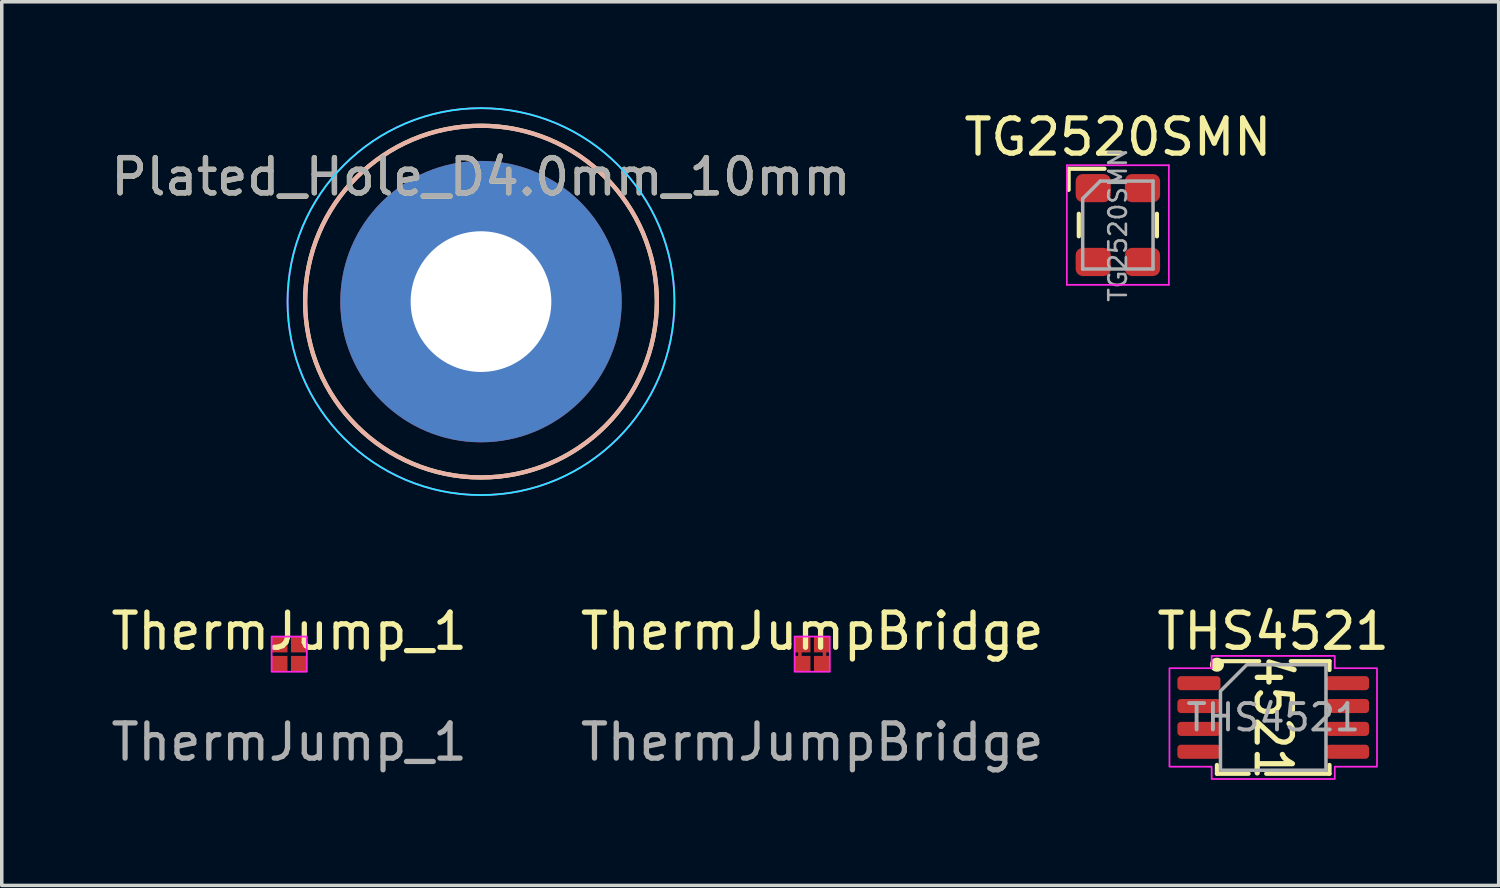
<source format=kicad_pcb>
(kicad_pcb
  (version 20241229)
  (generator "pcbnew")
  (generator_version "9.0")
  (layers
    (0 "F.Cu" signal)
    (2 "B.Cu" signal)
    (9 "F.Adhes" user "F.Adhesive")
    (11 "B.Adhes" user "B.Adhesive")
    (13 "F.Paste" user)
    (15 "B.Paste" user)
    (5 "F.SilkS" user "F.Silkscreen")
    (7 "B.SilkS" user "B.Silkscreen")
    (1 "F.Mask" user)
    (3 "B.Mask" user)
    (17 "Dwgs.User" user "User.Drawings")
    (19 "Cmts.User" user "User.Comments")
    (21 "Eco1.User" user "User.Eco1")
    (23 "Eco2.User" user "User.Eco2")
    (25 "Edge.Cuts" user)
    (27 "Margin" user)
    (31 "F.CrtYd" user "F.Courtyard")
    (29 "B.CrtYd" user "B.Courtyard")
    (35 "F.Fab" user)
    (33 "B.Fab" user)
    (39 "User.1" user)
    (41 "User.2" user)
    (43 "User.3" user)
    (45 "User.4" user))
  (footprint "TG2520SMN"
    (layer "F.Cu")
    (at 28.732 3.348)
    (property "Reference" "TG2520SMN" (at 0 -2.5 0) (layer "F.SilkS") (effects (font (size 1 1) (thickness 0.15))))
    (attr smd)
    (fp_line (start -1.4 -1.6) (end -1.4 -1) (stroke (width 0.12) (type default)) (layer "F.SilkS"))
    (fp_line (start -1.11 0.32) (end -1.11 -0.32) (stroke (width 0.12) (type solid)) (layer "F.SilkS"))
    (fp_line (start -0.38 -1.6) (end -1.4 -1.6) (stroke (width 0.12) (type solid)) (layer "F.SilkS"))
    (fp_line (start 1.11 0.32) (end 1.11 -0.32) (stroke (width 0.12) (type solid)) (layer "F.SilkS"))
    (fp_line (start -1.45 -1.7) (end -1.45 1.7) (stroke (width 0.05) (type solid)) (layer "F.CrtYd"))
    (fp_line (start -1.45 -1.7) (end 1.45 -1.7) (stroke (width 0.05) (type solid)) (layer "F.CrtYd"))
    (fp_line (start -1.45 1.7) (end 1.45 1.7) (stroke (width 0.05) (type solid)) (layer "F.CrtYd"))
    (fp_line (start 1.45 -1.7) (end 1.45 1.7) (stroke (width 0.05) (type solid)) (layer "F.CrtYd"))
    (fp_line (start -1 -0.75) (end -1 1.25) (stroke (width 0.1) (type solid)) (layer "F.Fab"))
    (fp_line (start -1 -0.75) (end -0.5 -1.25) (stroke (width 0.1) (type solid)) (layer "F.Fab"))
    (fp_line (start -1 1.25) (end 1 1.25) (stroke (width 0.1) (type solid)) (layer "F.Fab"))
    (fp_line (start -0.5 -1.25) (end 1 -1.25) (stroke (width 0.1) (type solid)) (layer "F.Fab"))
    (fp_line (start 1 -1.25) (end 1 1.25) (stroke (width 0.1) (type solid)) (layer "F.Fab"))
    (fp_text user "${REFERENCE}" (at 0 0 90) (layer "F.Fab") (effects (font (size 0.5 0.5) (thickness 0.075))))
    (pad "1" smd roundrect (at -0.7 -1.05) (size 1 0.8) (layers "F.Cu" "F.Mask" "F.Paste") (roundrect_rratio 0.25))
    (pad "2" smd roundrect (at -0.7 1.05) (size 1 0.8) (layers "F.Cu" "F.Mask" "F.Paste") (roundrect_rratio 0.25))
    (pad "3" smd roundrect (at 0.7 1.05) (size 1 0.8) (layers "F.Cu" "F.Mask" "F.Paste") (roundrect_rratio 0.25))
    (pad "4" smd roundrect (at 0.7 -1.05) (size 1 0.8) (layers "F.Cu" "F.Mask" "F.Paste") (roundrect_rratio 0.25)))
  (footprint "ThermJump_1"
    (layer "F.Cu")
    (at 5.173 15.548)
    (property "Reference" "ThermJump_1" (at 0 -0.65 0) (unlocked yes) (layer "F.SilkS") (effects (font (size 1 1) (thickness 0.15))))
    (attr smd)
    (fp_rect (start -0.5 -0.5) (end 0.5 0.5) (stroke (width 0) (type default)) (fill yes) (layer "F.Mask"))
    (fp_rect (start -0.5 -0.5) (end 0.5 0.5) (stroke (width 0.05) (type default)) (fill no) (layer "F.CrtYd"))
    (fp_text user "${REFERENCE}" (at 0 2.5 0) (unlocked yes) (layer "F.Fab") (effects (font (size 1 1) (thickness 0.15))))
    (pad "1" smd rect (at -0.275 -0.275) (size 0.45 0.45) (layers "F.Cu" "F.Mask" "F.Paste"))
    (pad "1" smd rect (at 0.275 0.275) (size 0.45 0.45) (layers "F.Cu" "F.Mask" "F.Paste"))
    (pad "2" smd rect (at -0.275 0.275) (size 0.45 0.45) (layers "F.Cu" "F.Mask" "F.Paste"))
    (pad "2" smd rect (at 0.275 -0.275) (size 0.45 0.45) (layers "F.Cu" "F.Mask" "F.Paste")))
  (footprint "ThermJumpBridge"
    (layer "F.Cu")
    (at 20.042 15.548)
    (property "Reference" "ThermJumpBridge" (at 0 -0.65 0) (unlocked yes) (layer "F.SilkS") (effects (font (size 1 1) (thickness 0.15))))
    (attr smd exclude_from_pos_files exclude_from_bom)
    (fp_line (start -0.35 0.1) (end -0.35 -0.1) (stroke (width 0.1) (type default)) (layer "F.Cu"))
    (fp_line (start 0.35 0.1) (end 0.35 -0.1) (stroke (width 0.1) (type default)) (layer "F.Cu"))
    (fp_rect (start -0.5 -0.5) (end 0.5 0.5) (stroke (width 0) (type default)) (fill yes) (layer "F.Mask"))
    (fp_rect (start -0.5 -0.5) (end 0.5 0.5) (stroke (width 0.05) (type default)) (fill no) (layer "F.CrtYd"))
    (fp_text user "${REFERENCE}" (at 0 2.5 0) (unlocked yes) (layer "F.Fab") (effects (font (size 1 1) (thickness 0.15))))
    (pad "1" smd rect (at -0.275 -0.275) (size 0.45 0.45) (layers "F.Cu" "F.Mask" "F.Paste"))
    (pad "1" smd rect (at 0.275 0.275) (size 0.45 0.45) (layers "F.Cu" "F.Mask" "F.Paste"))
    (pad "2" smd rect (at -0.275 0.275) (size 0.45 0.45) (layers "F.Cu" "F.Mask" "F.Paste"))
    (pad "2" smd rect (at 0.275 -0.275) (size 0.45 0.45) (layers "F.Cu" "F.Mask" "F.Paste")))
  (footprint "Plated_Hole_D4.0mm_10mm"
    (layer "F.Cu")
    (at 10.625 5.525)
    (property "Reference" "Plated_Hole_D4.0mm_10mm" (at 0 -3.548 0) (layer "F.SilkS") (effects (font (size 1 1) (thickness 0.15))))
    (attr exclude_from_pos_files exclude_from_bom)
    (fp_circle (center 0 0) (end 5 0) (stroke (width 0.12) (type solid)) (fill no) (layer "F.SilkS"))
    (fp_circle (center 0 0) (end 5 0) (stroke (width 0.12) (type solid)) (fill no) (layer "B.SilkS"))
    (fp_circle (center 0 0) (end 5.5 0) (stroke (width 0.05) (type solid)) (fill no) (layer "B.CrtYd"))
    (fp_circle (center 0 0) (end 5.5 0) (stroke (width 0.05) (type solid)) (fill no) (layer "F.CrtYd"))
    (fp_text user "${REFERENCE}" (at 0 -3.55 0) (layer "F.Fab") (effects (font (size 1 1) (thickness 0.15))))
    (pad "1" thru_hole circle (at 0 0) (size 8 8) (drill 4) (layers "*.Cu" "*.Mask")))
  (footprint "THS4521"
    (layer "F.Cu")
    (at 33.149 17.348)
    (property "Reference" "THS4521" (at 0 -2.45 0) (layer "F.SilkS") (effects (font (size 1 1) (thickness 0.15))))
    (attr smd)
    (fp_line (start -1.6 -1.6) (end -0.4 -1.6) (stroke (width 0.12) (type solid)) (layer "F.SilkS"))
    (fp_line (start -1.6 1.6) (end -1.6 1.35) (stroke (width 0.12) (type solid)) (layer "F.SilkS"))
    (fp_line (start -0.7 1.6) (end -1.6 1.6) (stroke (width 0.12) (type solid)) (layer "F.SilkS"))
    (fp_line (start 0.5 -1.6) (end 1.6 -1.6) (stroke (width 0.12) (type solid)) (layer "F.SilkS"))
    (fp_line (start 1.6 -1.6) (end 1.6 -1.35) (stroke (width 0.12) (type solid)) (layer "F.SilkS"))
    (fp_line (start 1.6 1.35) (end 1.6 1.6) (stroke (width 0.12) (type solid)) (layer "F.SilkS"))
    (fp_line (start 1.6 1.6) (end -0.2 1.6) (stroke (width 0.12) (type solid)) (layer "F.SilkS"))
    (fp_circle (center -1.6 -1.5) (end -1.6 -1.3) (stroke (width 0) (type default)) (fill yes) (layer "F.SilkS"))
    (fp_poly (pts (xy -0.109 -1.651) (xy -0.107 -1.651) (xy -0.105 -1.65) (xy -0.099 -1.649) (xy 0.615 -1.43) (xy 0.628 -1.424) (xy 0.651 -1.405) (xy 0.665 -1.38) (xy 0.667 -1.351) (xy 0.659 -1.323) (xy 0.64 -1.3) (xy 0.614 -1.286) (xy 0.585 -1.283) (xy 0.571 -1.286) (xy -0.046 -1.476) (xy -0.046 -1.214) (xy 0.212 -1.214) (xy 0.226 -1.213) (xy 0.254 -1.201) (xy 0.274 -1.181) (xy 0.285 -1.154) (xy 0.285 -1.124) (xy 0.274 -1.097) (xy 0.254 -1.077) (xy 0.226 -1.065) (xy 0.212 -1.064) (xy -0.046 -1.064) (xy -0.046 -1.008) (xy -0.048 -0.993) (xy -0.059 -0.966) (xy -0.08 -0.945) (xy -0.107 -0.934) (xy -0.136 -0.934) (xy -0.163 -0.945) (xy -0.184 -0.966) (xy -0.195 -0.993) (xy -0.196 -1.008) (xy -0.196 -1.064) (xy -0.455 -1.064) (xy -0.469 -1.065) (xy -0.496 -1.077) (xy -0.517 -1.097) (xy -0.528 -1.124) (xy -0.528 -1.154) (xy -0.517 -1.181) (xy -0.496 -1.201) (xy -0.469 -1.213) (xy -0.455 -1.214) (xy -0.196 -1.214) (xy -0.196 -1.577) (xy -0.196 -1.583) (xy -0.196 -1.585) (xy -0.196 -1.586) (xy -0.195 -1.592) (xy -0.191 -1.602) (xy -0.188 -1.613) (xy -0.185 -1.615) (xy -0.184 -1.619) (xy -0.176 -1.627) (xy -0.169 -1.635) (xy -0.166 -1.637) (xy -0.163 -1.64) (xy -0.153 -1.644) (xy -0.143 -1.649) (xy -0.139 -1.649) (xy -0.136 -1.651) (xy -0.125 -1.651) (xy -0.114 -1.652)) (stroke (width 0) (type solid)) (fill yes) (layer "F.SilkS"))
    (fp_poly (pts (xy 0.294 0.985) (xy 0.317 1.003) (xy 0.325 1.016) (xy 0.367 1.092) (xy 0.448 1.167) (xy 0.584 1.25) (xy 0.586 1.252) (xy 0.587 1.252) (xy 0.588 1.253) (xy 0.596 1.259) (xy 0.601 1.266) (xy 0.608 1.273) (xy 0.61 1.278) (xy 0.613 1.283) (xy 0.615 1.291) (xy 0.619 1.3) (xy 0.619 1.306) (xy 0.62 1.311) (xy 0.619 1.32) (xy 0.619 1.329) (xy 0.616 1.334) (xy 0.616 1.34) (xy 0.611 1.348) (xy 0.608 1.356) (xy 0.603 1.36) (xy 0.6 1.365) (xy 0.593 1.37) (xy 0.587 1.377) (xy 0.581 1.379) (xy 0.577 1.382) (xy 0.568 1.384) (xy 0.56 1.388) (xy 0.55 1.389) (xy 0.548 1.389) (xy 0.547 1.389) (xy 0.545 1.389) (xy -0.38 1.389) (xy -0.38 1.577) (xy -0.381 1.592) (xy -0.392 1.619) (xy -0.413 1.64) (xy -0.44 1.651) (xy -0.469 1.651) (xy -0.496 1.64) (xy -0.517 1.619) (xy -0.528 1.592) (xy -0.53 1.577) (xy -0.53 1.051) (xy -0.528 1.037) (xy -0.517 1.01) (xy -0.496 0.989) (xy -0.469 0.978) (xy -0.44 0.978) (xy -0.413 0.989) (xy -0.392 1.01) (xy -0.381 1.037) (xy -0.38 1.051) (xy -0.38 1.239) (xy 0.305 1.239) (xy 0.256 1.194) (xy 0.251 1.188) (xy 0.249 1.187) (xy 0.248 1.185) (xy 0.247 1.183) (xy 0.246 1.181) (xy 0.241 1.175) (xy 0.194 1.087) (xy 0.188 1.074) (xy 0.185 1.045) (xy 0.193 1.017) (xy 0.211 0.994) (xy 0.237 0.98) (xy 0.266 0.977)) (stroke (width 0) (type solid)) (fill yes) (layer "F.SilkS"))
    (fp_poly (pts (xy -0.442 0.058) (xy -0.44 0.058) (xy -0.428 0.063) (xy -0.416 0.067) (xy -0.414 0.069) (xy -0.413 0.069) (xy -0.412 0.07) (xy -0.404 0.076) (xy 0.155 0.59) (xy 0.271 0.626) (xy 0.338 0.626) (xy 0.408 0.594) (xy 0.438 0.567) (xy 0.47 0.507) (xy 0.47 0.326) (xy 0.438 0.266) (xy 0.399 0.23) (xy 0.389 0.219) (xy 0.377 0.193) (xy 0.376 0.164) (xy 0.386 0.136) (xy 0.406 0.115) (xy 0.432 0.102) (xy 0.461 0.101) (xy 0.489 0.111) (xy 0.501 0.12) (xy 0.548 0.164) (xy 0.554 0.17) (xy 0.555 0.171) (xy 0.557 0.173) (xy 0.558 0.175) (xy 0.559 0.177) (xy 0.563 0.183) (xy 0.611 0.271) (xy 0.617 0.284) (xy 0.617 0.288) (xy 0.619 0.292) (xy 0.62 0.307) (xy 0.62 0.526) (xy 0.619 0.54) (xy 0.617 0.544) (xy 0.617 0.548) (xy 0.611 0.562) (xy 0.563 0.649) (xy 0.559 0.656) (xy 0.558 0.658) (xy 0.557 0.659) (xy 0.555 0.661) (xy 0.554 0.663) (xy 0.548 0.669) (xy 0.501 0.712) (xy 0.495 0.716) (xy 0.494 0.718) (xy 0.491 0.719) (xy 0.489 0.721) (xy 0.487 0.722) (xy 0.481 0.725) (xy 0.386 0.769) (xy 0.372 0.774) (xy 0.371 0.774) (xy 0.369 0.775) (xy 0.355 0.776) (xy 0.259 0.776) (xy 0.254 0.775) (xy 0.252 0.776) (xy 0.248 0.775) (xy 0.245 0.775) (xy 0.243 0.774) (xy 0.237 0.773) (xy 0.095 0.729) (xy 0.081 0.723) (xy 0.079 0.722) (xy 0.078 0.721) (xy 0.066 0.712) (xy -0.38 0.302) (xy -0.38 0.701) (xy -0.381 0.716) (xy -0.392 0.743) (xy -0.413 0.763) (xy -0.44 0.775) (xy -0.469 0.775) (xy -0.496 0.763) (xy -0.517 0.743) (xy -0.528 0.716) (xy -0.53 0.701) (xy -0.53 0.131) (xy -0.529 0.122) (xy -0.529 0.12) (xy -0.529 0.119) (xy -0.528 0.117) (xy -0.523 0.105) (xy -0.519 0.092) (xy -0.518 0.091) (xy -0.517 0.09) (xy -0.508 0.081) (xy -0.499 0.071) (xy -0.498 0.07) (xy -0.496 0.069) (xy -0.484 0.064) (xy -0.472 0.059) (xy -0.471 0.058) (xy -0.469 0.058) (xy -0.456 0.058) (xy -0.443 0.057)) (stroke (width 0) (type solid)) (fill yes) (layer "F.SilkS"))
    (fp_poly (pts (xy 0.552 -0.732) (xy 0.558 -0.731) (xy 0.56 -0.731) (xy 0.561 -0.73) (xy 0.566 -0.729) (xy 0.576 -0.724) (xy 0.587 -0.72) (xy 0.589 -0.717) (xy 0.592 -0.715) (xy 0.6 -0.707) (xy 0.608 -0.699) (xy 0.609 -0.696) (xy 0.611 -0.693) (xy 0.614 -0.682) (xy 0.619 -0.672) (xy 0.619 -0.667) (xy 0.62 -0.665) (xy 0.62 -0.663) (xy 0.62 -0.657) (xy 0.62 -0.219) (xy 0.619 -0.204) (xy 0.608 -0.177) (xy 0.587 -0.157) (xy 0.56 -0.145) (xy 0.531 -0.145) (xy 0.504 -0.157) (xy 0.483 -0.177) (xy 0.472 -0.204) (xy 0.47 -0.219) (xy 0.47 -0.589) (xy 0.227 -0.611) (xy 0.23 -0.605) (xy 0.236 -0.592) (xy 0.236 -0.588) (xy 0.238 -0.584) (xy 0.239 -0.57) (xy 0.239 -0.35) (xy 0.238 -0.336) (xy 0.236 -0.332) (xy 0.236 -0.328) (xy 0.23 -0.315) (xy 0.183 -0.227) (xy 0.178 -0.22) (xy 0.177 -0.219) (xy 0.176 -0.217) (xy 0.174 -0.215) (xy 0.173 -0.214) (xy 0.167 -0.208) (xy 0.12 -0.164) (xy 0.114 -0.16) (xy 0.113 -0.158) (xy 0.11 -0.157) (xy 0.108 -0.155) (xy 0.106 -0.154) (xy 0.1 -0.151) (xy 0.005 -0.107) (xy -0.009 -0.102) (xy -0.01 -0.102) (xy -0.012 -0.102) (xy -0.026 -0.1) (xy -0.264 -0.1) (xy -0.279 -0.102) (xy -0.28 -0.102) (xy -0.282 -0.102) (xy -0.296 -0.107) (xy -0.391 -0.151) (xy -0.397 -0.154) (xy -0.399 -0.155) (xy -0.401 -0.157) (xy -0.404 -0.158) (xy -0.405 -0.16) (xy -0.41 -0.164) (xy -0.458 -0.208) (xy -0.463 -0.214) (xy -0.465 -0.215) (xy -0.466 -0.217) (xy -0.468 -0.219) (xy -0.469 -0.22) (xy -0.473 -0.227) (xy -0.521 -0.315) (xy -0.526 -0.328) (xy -0.527 -0.332) (xy -0.528 -0.336) (xy -0.53 -0.35) (xy -0.53 -0.57) (xy -0.528 -0.584) (xy -0.527 -0.588) (xy -0.526 -0.592) (xy -0.521 -0.605) (xy -0.473 -0.693) (xy -0.469 -0.7) (xy -0.468 -0.701) (xy -0.466 -0.703) (xy -0.465 -0.705) (xy -0.463 -0.706) (xy -0.458 -0.712) (xy -0.41 -0.756) (xy -0.399 -0.765) (xy -0.371 -0.775) (xy -0.342 -0.774) (xy -0.315 -0.762) (xy -0.296 -0.74) (xy -0.285 -0.713) (xy -0.287 -0.683) (xy -0.299 -0.657) (xy -0.309 -0.646) (xy -0.347 -0.61) (xy -0.38 -0.55) (xy -0.38 -0.37) (xy -0.347 -0.31) (xy -0.318 -0.282) (xy -0.248 -0.25) (xy -0.043 -0.25) (xy 0.027 -0.282) (xy 0.057 -0.31) (xy 0.089 -0.37) (xy 0.089 -0.55) (xy 0.057 -0.61) (xy 0.018 -0.646) (xy 0.008 -0.657) (xy 0.006 -0.661) (xy 0.003 -0.665) (xy 0.000194 -0.674) (xy -0.004 -0.683) (xy -0.004 -0.688) (xy -0.006 -0.693) (xy -0.005 -0.703) (xy -0.005 -0.713) (xy -0.003 -0.717) (xy -0.003 -0.722) (xy 0.002 -0.731) (xy 0.005 -0.74) (xy 0.008 -0.744) (xy 0.011 -0.748) (xy 0.018 -0.754) (xy 0.025 -0.762) (xy 0.029 -0.764) (xy 0.033 -0.767) (xy 0.042 -0.77) (xy 0.051 -0.774) (xy 0.056 -0.774) (xy 0.061 -0.776) (xy 0.076 -0.776)) (stroke (width 0) (type solid)) (fill yes) (layer "F.SilkS"))
    (fp_poly (pts (xy -1.75 -1.4) (xy -1.75 -1.75) (xy 1.75 -1.75) (xy 1.75 -1.4) (xy 2.95 -1.4) (xy 2.95 1.4) (xy 1.75 1.4) (xy 1.75 1.75) (xy -1.75 1.75) (xy -1.75 1.4) (xy -2.95 1.4) (xy -2.95 -1.4)) (stroke (width 0.05) (type solid)) (fill no) (layer "F.CrtYd"))
    (fp_poly (pts (xy -0.75 -1.5) (xy 1.5 -1.5) (xy 1.5 1.5) (xy -1.5 1.5) (xy -1.5 -0.75)) (stroke (width 0.1) (type solid)) (fill no) (layer "F.Fab"))
    (fp_text user "${REFERENCE}" (at 0 0 0) (layer "F.Fab") (effects (font (size 0.75 0.75) (thickness 0.11))))
    (pad "1" smd roundrect (at -2.112 -0.975) (size 1.225 0.4) (layers "F.Cu" "F.Mask" "F.Paste") (roundrect_rratio 0.25))
    (pad "2" smd roundrect (at -2.112 -0.325) (size 1.225 0.4) (layers "F.Cu" "F.Mask" "F.Paste") (roundrect_rratio 0.25))
    (pad "3" smd roundrect (at -2.112 0.325) (size 1.225 0.4) (layers "F.Cu" "F.Mask" "F.Paste") (roundrect_rratio 0.25))
    (pad "4" smd roundrect (at -2.112 0.975) (size 1.225 0.4) (layers "F.Cu" "F.Mask" "F.Paste") (roundrect_rratio 0.25))
    (pad "5" smd roundrect (at 2.112 0.975) (size 1.225 0.4) (layers "F.Cu" "F.Mask" "F.Paste") (roundrect_rratio 0.25))
    (pad "6" smd roundrect (at 2.112 0.325) (size 1.225 0.4) (layers "F.Cu" "F.Mask" "F.Paste") (roundrect_rratio 0.25))
    (pad "7" smd roundrect (at 2.112 -0.325) (size 1.225 0.4) (layers "F.Cu" "F.Mask" "F.Paste") (roundrect_rratio 0.25))
    (pad "8" smd roundrect (at 2.112 -0.975) (size 1.225 0.4) (layers "F.Cu" "F.Mask" "F.Paste") (roundrect_rratio 0.25)))
  (gr_rect
    (start -3 -3)
    (end 39.56 22.123)
    (stroke (width 0.1) (type default))
    (fill no)
    (layer "Edge.Cuts")))
</source>
